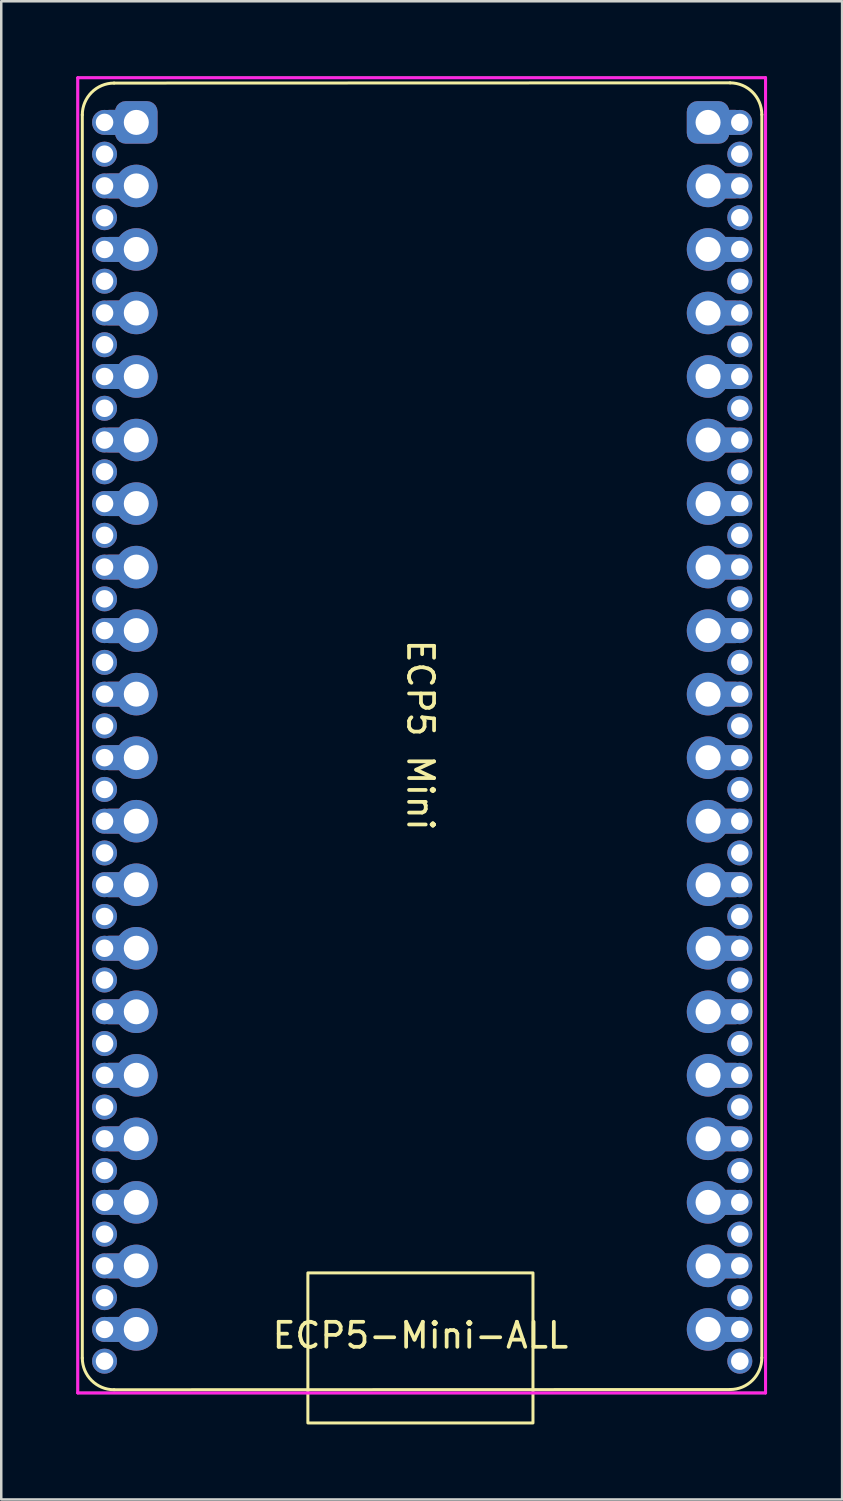
<source format=kicad_pcb>
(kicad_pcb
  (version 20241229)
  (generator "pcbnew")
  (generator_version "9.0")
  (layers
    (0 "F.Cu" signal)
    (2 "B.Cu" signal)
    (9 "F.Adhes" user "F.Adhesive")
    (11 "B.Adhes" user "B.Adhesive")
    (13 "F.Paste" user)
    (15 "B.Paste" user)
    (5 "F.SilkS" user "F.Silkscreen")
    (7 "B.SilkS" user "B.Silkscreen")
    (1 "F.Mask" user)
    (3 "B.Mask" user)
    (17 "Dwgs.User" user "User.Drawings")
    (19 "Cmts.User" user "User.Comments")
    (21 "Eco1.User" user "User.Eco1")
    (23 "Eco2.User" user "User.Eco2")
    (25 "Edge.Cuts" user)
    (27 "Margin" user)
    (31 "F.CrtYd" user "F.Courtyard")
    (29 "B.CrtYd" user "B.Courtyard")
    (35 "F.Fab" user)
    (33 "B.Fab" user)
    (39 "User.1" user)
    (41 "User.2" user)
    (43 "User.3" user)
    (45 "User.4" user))
  (footprint "ECP5-Mini-ALL"
    (layer "F.Cu")
    (at 13.76 26.344)
    (property "Reference" "ECP5-Mini-ALL" (at 0 24 0) (layer "F.SilkS") (effects (font (size 1 1) (thickness 0.15))))
    (attr through_hole)
    (fp_line (start -13.519 -24.802) (end -13.519 24.903) (stroke (width 0.12) (type solid)) (layer "F.SilkS"))
    (fp_line (start -12.249 -26.072) (end 12.38 -26.081) (stroke (width 0.12) (type solid)) (layer "F.SilkS"))
    (fp_line (start 12.38 26.164) (end -12.249 26.173) (stroke (width 0.12) (type solid)) (layer "F.SilkS"))
    (fp_line (start 13.65 24.894) (end 13.65 -24.811) (stroke (width 0.12) (type solid)) (layer "F.SilkS"))
    (fp_rect (start -4.5 21.5) (end 4.5 27.5) (stroke (width 0.12) (type solid)) (fill no) (layer "F.SilkS"))
    (fp_arc (start -13.519 -24.801974) (mid -13.147026 -25.7) (end -12.249 -26.071974) (stroke (width 0.12) (type solid)) (layer "F.SilkS"))
    (fp_arc (start -12.249 26.173) (mid -13.147026 25.801026) (end -13.519 24.903) (stroke (width 0.12) (type solid)) (layer "F.SilkS"))
    (fp_arc (start 12.379974 -26.081) (mid 13.278 -25.709026) (end 13.649974 -24.811) (stroke (width 0.12) (type solid)) (layer "F.SilkS"))
    (fp_arc (start 13.649974 24.893974) (mid 13.278 25.792) (end 12.379974 26.163974) (stroke (width 0.12) (type solid)) (layer "F.SilkS"))
    (fp_line (start -13.7 -26.284) (end 13.8 -26.284) (stroke (width 0.12) (type solid)) (layer "F.CrtYd"))
    (fp_line (start -13.7 26.3) (end -13.7 -26.284) (stroke (width 0.12) (type solid)) (layer "F.CrtYd"))
    (fp_line (start 13.8 -26.284) (end 13.8 26.3) (stroke (width 0.12) (type solid)) (layer "F.CrtYd"))
    (fp_line (start 13.8 26.3) (end -13.7 26.3) (stroke (width 0.12) (type solid)) (layer "F.CrtYd"))
    (fp_line (start -13.7 -26.284) (end -13.7 26.3) (stroke (width 0.1) (type solid)) (layer "F.Fab"))
    (fp_line (start -13.7 26.3) (end 13.8 26.3) (stroke (width 0.1) (type solid)) (layer "F.Fab"))
    (fp_line (start 13.8 -26.284) (end -13.7 -26.284) (stroke (width 0.1) (type solid)) (layer "F.Fab"))
    (fp_line (start 13.8 26.3) (end 13.8 -26.284) (stroke (width 0.1) (type solid)) (layer "F.Fab"))
    (fp_text user "ECP5 Mini" (at 0 0 270) (unlocked yes) (layer "F.SilkS") (effects (font (size 1 1) (thickness 0.15))))
    (pad "1" thru_hole circle (at -12.63 -24.5) (size 1 1) (drill 0.7) (layers "*.Cu" "*.Mask") (remove_unused_layers yes) (keep_end_layers yes) (zone_layer_connections))
    (pad "1" smd roundrect (at -11.995 -24.5) (size 1.524 1) (layers "F.Cu" "F.Mask") (roundrect_rratio 0.3))
    (pad "1" smd roundrect (at -11.995 -24.5) (size 1.524 1) (layers "B.Cu" "B.Mask") (roundrect_rratio 0.3))
    (pad "1" thru_hole roundrect (at -11.36 -24.5) (size 1.7 1.7) (drill 1) (layers "*.Cu" "*.Mask") (remove_unused_layers yes) (keep_end_layers yes) (zone_layer_connections) (roundrect_rratio 0.25))
    (pad "2" thru_hole oval (at -12.63 -23.23) (size 1 1) (drill 0.7) (layers "*.Cu" "*.Mask") (remove_unused_layers yes) (keep_end_layers yes) (zone_layer_connections))
    (pad "3" thru_hole oval (at -12.63 -21.96) (size 1 1) (drill 0.7) (layers "*.Cu" "*.Mask") (remove_unused_layers yes) (keep_end_layers yes) (zone_layer_connections))
    (pad "3" smd roundrect (at -11.995 -21.96 180) (size 1.524 1) (layers "F.Cu" "F.Mask") (roundrect_rratio 0.3))
    (pad "3" smd roundrect (at -11.995 -21.96 180) (size 1.524 1) (layers "B.Cu" "B.Mask") (roundrect_rratio 0.3))
    (pad "3" thru_hole oval (at -11.36 -21.96) (size 1.7 1.7) (drill 1) (layers "*.Cu" "*.Mask") (remove_unused_layers yes) (keep_end_layers yes) (zone_layer_connections))
    (pad "4" thru_hole oval (at -12.63 -20.69) (size 1 1) (drill 0.7) (layers "*.Cu" "*.Mask") (remove_unused_layers yes) (keep_end_layers yes) (zone_layer_connections))
    (pad "5" thru_hole oval (at -12.63 -19.42) (size 1 1) (drill 0.7) (layers "*.Cu" "*.Mask") (remove_unused_layers yes) (keep_end_layers yes) (zone_layer_connections))
    (pad "5" smd roundrect (at -11.995 -19.42 180) (size 1.524 1) (layers "F.Cu" "F.Mask") (roundrect_rratio 0.3))
    (pad "5" smd roundrect (at -11.995 -19.42 180) (size 1.524 1) (layers "B.Cu" "B.Mask") (roundrect_rratio 0.3))
    (pad "5" thru_hole oval (at -11.36 -19.42) (size 1.7 1.7) (drill 1) (layers "*.Cu" "*.Mask") (remove_unused_layers yes) (keep_end_layers yes) (zone_layer_connections))
    (pad "6" thru_hole oval (at -12.63 -18.15) (size 1 1) (drill 0.7) (layers "*.Cu" "*.Mask") (remove_unused_layers yes) (keep_end_layers yes) (zone_layer_connections))
    (pad "7" thru_hole oval (at -12.63 -16.88) (size 1 1) (drill 0.7) (layers "*.Cu" "*.Mask") (remove_unused_layers yes) (keep_end_layers yes) (zone_layer_connections))
    (pad "7" smd roundrect (at -11.995 -16.88 180) (size 1.524 1) (layers "F.Cu" "F.Mask") (roundrect_rratio 0.3))
    (pad "7" smd roundrect (at -11.995 -16.88 180) (size 1.524 1) (layers "B.Cu" "B.Mask") (roundrect_rratio 0.3))
    (pad "7" thru_hole oval (at -11.36 -16.88) (size 1.7 1.7) (drill 1) (layers "*.Cu" "*.Mask") (remove_unused_layers yes) (keep_end_layers yes) (zone_layer_connections))
    (pad "8" thru_hole oval (at -12.63 -15.61) (size 1 1) (drill 0.7) (layers "*.Cu" "*.Mask") (remove_unused_layers yes) (keep_end_layers yes) (zone_layer_connections))
    (pad "9" thru_hole oval (at -12.63 -14.34) (size 1 1) (drill 0.7) (layers "*.Cu" "*.Mask") (remove_unused_layers yes) (keep_end_layers yes) (zone_layer_connections))
    (pad "9" smd roundrect (at -11.995 -14.34 180) (size 1.524 1) (layers "F.Cu" "F.Mask") (roundrect_rratio 0.3))
    (pad "9" smd roundrect (at -11.995 -14.34 180) (size 1.524 1) (layers "B.Cu" "B.Mask") (roundrect_rratio 0.3))
    (pad "9" thru_hole oval (at -11.36 -14.34) (size 1.7 1.7) (drill 1) (layers "*.Cu" "*.Mask") (remove_unused_layers yes) (keep_end_layers yes) (zone_layer_connections))
    (pad "10" thru_hole oval (at -12.63 -13.07) (size 1 1) (drill 0.7) (layers "*.Cu" "*.Mask") (remove_unused_layers yes) (keep_end_layers yes) (zone_layer_connections))
    (pad "11" thru_hole oval (at -12.63 -11.8) (size 1 1) (drill 0.7) (layers "*.Cu" "*.Mask") (remove_unused_layers yes) (keep_end_layers yes) (zone_layer_connections))
    (pad "11" smd roundrect (at -11.995 -11.8 180) (size 1.524 1) (layers "F.Cu" "F.Mask") (roundrect_rratio 0.3))
    (pad "11" smd roundrect (at -11.995 -11.8 180) (size 1.524 1) (layers "B.Cu" "B.Mask") (roundrect_rratio 0.3))
    (pad "11" thru_hole oval (at -11.36 -11.8) (size 1.7 1.7) (drill 1) (layers "*.Cu" "*.Mask") (remove_unused_layers yes) (keep_end_layers yes) (zone_layer_connections))
    (pad "12" thru_hole oval (at -12.63 -10.53) (size 1 1) (drill 0.7) (layers "*.Cu" "*.Mask") (remove_unused_layers yes) (keep_end_layers yes) (zone_layer_connections))
    (pad "13" thru_hole oval (at -12.63 -9.26) (size 1 1) (drill 0.7) (layers "*.Cu" "*.Mask") (remove_unused_layers yes) (keep_end_layers yes) (zone_layer_connections))
    (pad "13" smd roundrect (at -11.995 -9.26 180) (size 1.524 1) (layers "F.Cu" "F.Mask") (roundrect_rratio 0.3))
    (pad "13" smd roundrect (at -11.995 -9.26 180) (size 1.524 1) (layers "B.Cu" "B.Mask") (roundrect_rratio 0.3))
    (pad "13" thru_hole oval (at -11.36 -9.26) (size 1.7 1.7) (drill 1) (layers "*.Cu" "*.Mask") (remove_unused_layers yes) (keep_end_layers yes) (zone_layer_connections))
    (pad "14" thru_hole oval (at -12.63 -7.99) (size 1 1) (drill 0.7) (layers "*.Cu" "*.Mask") (remove_unused_layers yes) (keep_end_layers yes) (zone_layer_connections))
    (pad "15" thru_hole oval (at -12.63 -6.72) (size 1 1) (drill 0.7) (layers "*.Cu" "*.Mask") (remove_unused_layers yes) (keep_end_layers yes) (zone_layer_connections))
    (pad "15" smd roundrect (at -11.995 -6.72 180) (size 1.524 1) (layers "F.Cu" "F.Mask") (roundrect_rratio 0.3))
    (pad "15" smd roundrect (at -11.995 -6.72 180) (size 1.524 1) (layers "B.Cu" "B.Mask") (roundrect_rratio 0.3))
    (pad "15" thru_hole oval (at -11.36 -6.72) (size 1.7 1.7) (drill 1) (layers "*.Cu" "*.Mask") (remove_unused_layers yes) (keep_end_layers yes) (zone_layer_connections))
    (pad "16" thru_hole oval (at -12.63 -5.45) (size 1 1) (drill 0.7) (layers "*.Cu" "*.Mask") (remove_unused_layers yes) (keep_end_layers yes) (zone_layer_connections))
    (pad "17" thru_hole oval (at -12.63 -4.18) (size 1 1) (drill 0.7) (layers "*.Cu" "*.Mask") (remove_unused_layers yes) (keep_end_layers yes) (zone_layer_connections))
    (pad "17" smd roundrect (at -11.995 -4.18 180) (size 1.524 1) (layers "F.Cu" "F.Mask") (roundrect_rratio 0.3))
    (pad "17" smd roundrect (at -11.995 -4.18 180) (size 1.524 1) (layers "B.Cu" "B.Mask") (roundrect_rratio 0.3))
    (pad "17" thru_hole oval (at -11.36 -4.18) (size 1.7 1.7) (drill 1) (layers "*.Cu" "*.Mask"))
    (pad "18" thru_hole oval (at -12.63 -2.91) (size 1 1) (drill 0.7) (layers "*.Cu" "*.Mask"))
    (pad "19" thru_hole oval (at -12.63 -1.64) (size 1 1) (drill 0.7) (layers "*.Cu" "*.Mask"))
    (pad "19" smd roundrect (at -11.995 -1.64 180) (size 1.524 1) (layers "F.Cu" "F.Mask") (roundrect_rratio 0.3))
    (pad "19" smd roundrect (at -11.995 -1.64 180) (size 1.524 1) (layers "B.Cu" "B.Mask") (roundrect_rratio 0.3))
    (pad "19" thru_hole oval (at -11.36 -1.64) (size 1.7 1.7) (drill 1) (layers "*.Cu" "*.Mask") (remove_unused_layers yes) (keep_end_layers yes) (zone_layer_connections))
    (pad "20" thru_hole oval (at -12.63 -0.37) (size 1 1) (drill 0.7) (layers "*.Cu" "*.Mask"))
    (pad "21" thru_hole oval (at -12.63 0.9) (size 1 1) (drill 0.7) (layers "*.Cu" "*.Mask") (remove_unused_layers yes) (keep_end_layers yes) (zone_layer_connections))
    (pad "21" smd roundrect (at -11.995 0.9 180) (size 1.524 1) (layers "F.Cu" "F.Mask") (roundrect_rratio 0.3))
    (pad "21" smd roundrect (at -11.995 0.9 180) (size 1.524 1) (layers "B.Cu" "B.Mask") (roundrect_rratio 0.3))
    (pad "21" thru_hole oval (at -11.36 0.9) (size 1.7 1.7) (drill 1) (layers "*.Cu" "*.Mask") (remove_unused_layers yes) (keep_end_layers yes) (zone_layer_connections))
    (pad "22" thru_hole oval (at -12.63 2.17) (size 1 1) (drill 0.7) (layers "*.Cu" "*.Mask") (remove_unused_layers yes) (keep_end_layers yes) (zone_layer_connections))
    (pad "23" thru_hole oval (at -12.63 3.44) (size 1 1) (drill 0.7) (layers "*.Cu" "*.Mask") (remove_unused_layers yes) (keep_end_layers yes) (zone_layer_connections))
    (pad "23" smd roundrect (at -11.995 3.44 180) (size 1.524 1) (layers "F.Cu" "F.Mask") (roundrect_rratio 0.3))
    (pad "23" smd roundrect (at -11.995 3.44 180) (size 1.524 1) (layers "B.Cu" "B.Mask") (roundrect_rratio 0.3))
    (pad "23" thru_hole oval (at -11.36 3.44) (size 1.7 1.7) (drill 1) (layers "*.Cu" "*.Mask"))
    (pad "24" thru_hole oval (at -12.63 4.71) (size 1 1) (drill 0.7) (layers "*.Cu" "*.Mask") (remove_unused_layers yes) (keep_end_layers yes) (zone_layer_connections))
    (pad "25" thru_hole oval (at -12.63 5.98) (size 1 1) (drill 0.7) (layers "*.Cu" "*.Mask"))
    (pad "25" smd roundrect (at -11.995 5.98 180) (size 1.524 1) (layers "F.Cu" "F.Mask") (roundrect_rratio 0.3))
    (pad "25" smd roundrect (at -11.995 5.98 180) (size 1.524 1) (layers "B.Cu" "B.Mask") (roundrect_rratio 0.3))
    (pad "25" thru_hole oval (at -11.36 5.98) (size 1.7 1.7) (drill 1) (layers "*.Cu" "*.Mask") (remove_unused_layers yes) (keep_end_layers yes) (zone_layer_connections))
    (pad "26" thru_hole oval (at -12.63 7.25) (size 1 1) (drill 0.7) (layers "*.Cu" "*.Mask"))
    (pad "27" thru_hole oval (at -12.63 8.52) (size 1 1) (drill 0.7) (layers "*.Cu" "*.Mask") (remove_unused_layers yes) (keep_end_layers yes) (zone_layer_connections))
    (pad "27" smd roundrect (at -11.995 8.52 180) (size 1.524 1) (layers "F.Cu" "F.Mask") (roundrect_rratio 0.3))
    (pad "27" smd roundrect (at -11.995 8.52 180) (size 1.524 1) (layers "B.Cu" "B.Mask") (roundrect_rratio 0.3))
    (pad "27" thru_hole oval (at -11.36 8.52) (size 1.7 1.7) (drill 1) (layers "*.Cu" "*.Mask") (remove_unused_layers yes) (keep_end_layers yes) (zone_layer_connections))
    (pad "28" thru_hole oval (at -12.63 9.79) (size 1 1) (drill 0.7) (layers "*.Cu" "*.Mask"))
    (pad "29" thru_hole oval (at -12.63 11.06) (size 1 1) (drill 0.7) (layers "*.Cu" "*.Mask") (remove_unused_layers yes) (keep_end_layers yes) (zone_layer_connections))
    (pad "29" smd roundrect (at -11.995 11.06 180) (size 1.524 1) (layers "F.Cu" "F.Mask") (roundrect_rratio 0.3))
    (pad "29" smd roundrect (at -11.995 11.06 180) (size 1.524 1) (layers "B.Cu" "B.Mask") (roundrect_rratio 0.3))
    (pad "29" thru_hole oval (at -11.36 11.06) (size 1.7 1.7) (drill 1) (layers "*.Cu" "*.Mask"))
    (pad "30" thru_hole oval (at -12.63 12.33) (size 1 1) (drill 0.7) (layers "*.Cu" "*.Mask") (remove_unused_layers yes) (keep_end_layers yes) (zone_layer_connections))
    (pad "31" thru_hole oval (at -12.63 13.6) (size 1 1) (drill 0.7) (layers "*.Cu" "*.Mask"))
    (pad "31" smd roundrect (at -11.995 13.6 180) (size 1.524 1) (layers "F.Cu" "F.Mask") (roundrect_rratio 0.3))
    (pad "31" smd roundrect (at -11.995 13.6 180) (size 1.524 1) (layers "B.Cu" "B.Mask") (roundrect_rratio 0.3))
    (pad "31" thru_hole oval (at -11.36 13.6) (size 1.7 1.7) (drill 1) (layers "*.Cu" "*.Mask"))
    (pad "32" thru_hole oval (at -12.63 14.87) (size 1 1) (drill 0.7) (layers "*.Cu" "*.Mask") (remove_unused_layers yes) (keep_end_layers yes) (zone_layer_connections))
    (pad "33" thru_hole oval (at -12.63 16.14) (size 1 1) (drill 0.7) (layers "*.Cu" "*.Mask") (remove_unused_layers yes) (keep_end_layers yes) (zone_layer_connections))
    (pad "33" smd roundrect (at -11.995 16.14 180) (size 1.524 1) (layers "F.Cu" "F.Mask") (roundrect_rratio 0.3))
    (pad "33" smd roundrect (at -11.995 16.14 180) (size 1.524 1) (layers "B.Cu" "B.Mask") (roundrect_rratio 0.3))
    (pad "33" thru_hole oval (at -11.36 16.14) (size 1.7 1.7) (drill 1) (layers "*.Cu" "*.Mask") (remove_unused_layers yes) (keep_end_layers yes) (zone_layer_connections))
    (pad "34" thru_hole oval (at -12.63 17.41) (size 1 1) (drill 0.7) (layers "*.Cu" "*.Mask") (remove_unused_layers yes) (keep_end_layers yes) (zone_layer_connections))
    (pad "35" thru_hole oval (at -12.63 18.68) (size 1 1) (drill 0.7) (layers "*.Cu" "*.Mask") (remove_unused_layers yes) (keep_end_layers yes) (zone_layer_connections))
    (pad "35" smd roundrect (at -11.995 18.68 180) (size 1.524 1) (layers "F.Cu" "F.Mask") (roundrect_rratio 0.3))
    (pad "35" smd roundrect (at -11.995 18.68 180) (size 1.524 1) (layers "B.Cu" "B.Mask") (roundrect_rratio 0.3))
    (pad "35" thru_hole oval (at -11.36 18.68) (size 1.7 1.7) (drill 1) (layers "*.Cu" "*.Mask"))
    (pad "36" thru_hole oval (at -12.63 19.95) (size 1 1) (drill 0.7) (layers "*.Cu" "*.Mask"))
    (pad "37" thru_hole oval (at -12.63 21.22) (size 1 1) (drill 0.7) (layers "*.Cu" "*.Mask") (remove_unused_layers yes) (keep_end_layers yes) (zone_layer_connections))
    (pad "37" smd roundrect (at -11.995 21.22 180) (size 1.524 1) (layers "F.Cu" "F.Mask") (roundrect_rratio 0.3))
    (pad "37" smd roundrect (at -11.995 21.22 180) (size 1.524 1) (layers "B.Cu" "B.Mask") (roundrect_rratio 0.3))
    (pad "37" thru_hole oval (at -11.36 21.22) (size 1.7 1.7) (drill 1) (layers "*.Cu" "*.Mask"))
    (pad "38" thru_hole oval (at -12.63 22.49) (size 1 1) (drill 0.7) (layers "*.Cu" "*.Mask"))
    (pad "39" thru_hole oval (at -12.63 23.76) (size 1 1) (drill 0.7) (layers "*.Cu" "*.Mask"))
    (pad "39" smd roundrect (at -11.995 23.76 180) (size 1.524 1) (layers "F.Cu" "F.Mask") (roundrect_rratio 0.3))
    (pad "39" smd roundrect (at -11.995 23.76 180) (size 1.524 1) (layers "B.Cu" "B.Mask") (roundrect_rratio 0.3))
    (pad "39" thru_hole oval (at -11.36 23.76) (size 1.7 1.7) (drill 1) (layers "*.Cu" "*.Mask"))
    (pad "40" thru_hole oval (at -12.63 25.03) (size 1 1) (drill 0.7) (layers "*.Cu" "*.Mask"))
    (pad "41" thru_hole oval (at 12.77 25.03) (size 1 1) (drill 0.7) (layers "*.Cu" "*.Mask"))
    (pad "42" thru_hole oval (at 11.5 23.76) (size 1.7 1.7) (drill 1) (layers "*.Cu" "*.Mask"))
    (pad "42" smd roundrect (at 12.135 23.76 180) (size 1.524 1) (layers "F.Cu" "F.Mask") (roundrect_rratio 0.3))
    (pad "42" smd roundrect (at 12.135 23.76 180) (size 1.524 1) (layers "B.Cu" "B.Mask") (roundrect_rratio 0.3))
    (pad "42" thru_hole oval (at 12.77 23.76) (size 1 1) (drill 0.7) (layers "*.Cu" "*.Mask"))
    (pad "43" thru_hole oval (at 12.77 22.49) (size 1 1) (drill 0.7) (layers "*.Cu" "*.Mask"))
    (pad "44" thru_hole oval (at 11.5 21.22) (size 1.7 1.7) (drill 1) (layers "*.Cu" "*.Mask"))
    (pad "44" smd roundrect (at 12.135 21.22 180) (size 1.524 1) (layers "F.Cu" "F.Mask") (roundrect_rratio 0.3))
    (pad "44" smd roundrect (at 12.135 21.22 180) (size 1.524 1) (layers "B.Cu" "B.Mask") (roundrect_rratio 0.3))
    (pad "44" thru_hole oval (at 12.77 21.22) (size 1 1) (drill 0.7) (layers "*.Cu" "*.Mask") (remove_unused_layers yes) (keep_end_layers yes) (zone_layer_connections))
    (pad "45" thru_hole oval (at 12.77 19.95) (size 1 1) (drill 0.7) (layers "*.Cu" "*.Mask"))
    (pad "46" thru_hole oval (at 11.5 18.68) (size 1.7 1.7) (drill 1) (layers "*.Cu" "*.Mask"))
    (pad "46" smd roundrect (at 12.135 18.68 180) (size 1.524 1) (layers "F.Cu" "F.Mask") (roundrect_rratio 0.3))
    (pad "46" smd roundrect (at 12.135 18.68 180) (size 1.524 1) (layers "B.Cu" "B.Mask") (roundrect_rratio 0.3))
    (pad "46" thru_hole oval (at 12.77 18.68) (size 1 1) (drill 0.7) (layers "*.Cu" "*.Mask") (remove_unused_layers yes) (keep_end_layers yes) (zone_layer_connections))
    (pad "47" thru_hole oval (at 12.77 17.41) (size 1 1) (drill 0.7) (layers "*.Cu" "*.Mask") (remove_unused_layers yes) (keep_end_layers yes) (zone_layer_connections))
    (pad "48" thru_hole oval (at 11.5 16.14) (size 1.7 1.7) (drill 1) (layers "*.Cu" "*.Mask") (remove_unused_layers yes) (keep_end_layers yes) (zone_layer_connections))
    (pad "48" smd roundrect (at 12.135 16.14 180) (size 1.524 1) (layers "F.Cu" "F.Mask") (roundrect_rratio 0.3))
    (pad "48" smd roundrect (at 12.135 16.14 180) (size 1.524 1) (layers "B.Cu" "B.Mask") (roundrect_rratio 0.3))
    (pad "48" thru_hole oval (at 12.77 16.14) (size 1 1) (drill 0.7) (layers "*.Cu" "*.Mask") (remove_unused_layers yes) (keep_end_layers yes) (zone_layer_connections))
    (pad "49" thru_hole oval (at 12.77 14.87) (size 1 1) (drill 0.7) (layers "*.Cu" "*.Mask") (remove_unused_layers yes) (keep_end_layers yes) (zone_layer_connections))
    (pad "50" thru_hole oval (at 11.5 13.6) (size 1.7 1.7) (drill 1) (layers "*.Cu" "*.Mask"))
    (pad "50" smd roundrect (at 12.135 13.6 180) (size 1.524 1) (layers "F.Cu" "F.Mask") (roundrect_rratio 0.3))
    (pad "50" smd roundrect (at 12.135 13.6 180) (size 1.524 1) (layers "B.Cu" "B.Mask") (roundrect_rratio 0.3))
    (pad "50" thru_hole oval (at 12.77 13.6) (size 1 1) (drill 0.7) (layers "*.Cu" "*.Mask"))
    (pad "51" thru_hole oval (at 12.77 12.33) (size 1 1) (drill 0.7) (layers "*.Cu" "*.Mask") (remove_unused_layers yes) (keep_end_layers yes) (zone_layer_connections))
    (pad "52" thru_hole oval (at 11.5 11.06) (size 1.7 1.7) (drill 1) (layers "*.Cu" "*.Mask"))
    (pad "52" smd roundrect (at 12.135 11.06 180) (size 1.524 1) (layers "F.Cu" "F.Mask") (roundrect_rratio 0.3))
    (pad "52" smd roundrect (at 12.135 11.06 180) (size 1.524 1) (layers "B.Cu" "B.Mask") (roundrect_rratio 0.3))
    (pad "52" thru_hole oval (at 12.77 11.06) (size 1 1) (drill 0.7) (layers "*.Cu" "*.Mask") (remove_unused_layers yes) (keep_end_layers yes) (zone_layer_connections))
    (pad "53" thru_hole oval (at 12.77 9.79) (size 1 1) (drill 0.7) (layers "*.Cu" "*.Mask"))
    (pad "54" thru_hole oval (at 11.5 8.52) (size 1.7 1.7) (drill 1) (layers "*.Cu" "*.Mask") (remove_unused_layers yes) (keep_end_layers yes) (zone_layer_connections))
    (pad "54" smd roundrect (at 12.135 8.52 180) (size 1.524 1) (layers "F.Cu" "F.Mask") (roundrect_rratio 0.3))
    (pad "54" smd roundrect (at 12.135 8.52 180) (size 1.524 1) (layers "B.Cu" "B.Mask") (roundrect_rratio 0.3))
    (pad "54" thru_hole oval (at 12.77 8.52) (size 1 1) (drill 0.7) (layers "*.Cu" "*.Mask") (remove_unused_layers yes) (keep_end_layers yes) (zone_layer_connections))
    (pad "55" thru_hole oval (at 12.77 7.25) (size 1 1) (drill 0.7) (layers "*.Cu" "*.Mask"))
    (pad "56" thru_hole oval (at 11.5 5.98) (size 1.7 1.7) (drill 1) (layers "*.Cu" "*.Mask") (remove_unused_layers yes) (keep_end_layers yes) (zone_layer_connections))
    (pad "56" smd roundrect (at 12.135 5.98 180) (size 1.524 1) (layers "F.Cu" "F.Mask") (roundrect_rratio 0.3))
    (pad "56" smd roundrect (at 12.135 5.98 180) (size 1.524 1) (layers "B.Cu" "B.Mask") (roundrect_rratio 0.3))
    (pad "56" thru_hole oval (at 12.77 5.98) (size 1 1) (drill 0.7) (layers "*.Cu" "*.Mask"))
    (pad "57" thru_hole oval (at 12.77 4.71) (size 1 1) (drill 0.7) (layers "*.Cu" "*.Mask") (remove_unused_layers yes) (keep_end_layers yes) (zone_layer_connections))
    (pad "58" thru_hole oval (at 11.5 3.44) (size 1.7 1.7) (drill 1) (layers "*.Cu" "*.Mask"))
    (pad "58" smd roundrect (at 12.135 3.44 180) (size 1.524 1) (layers "F.Cu" "F.Mask") (roundrect_rratio 0.3))
    (pad "58" smd roundrect (at 12.135 3.44 180) (size 1.524 1) (layers "B.Cu" "B.Mask") (roundrect_rratio 0.3))
    (pad "58" thru_hole oval (at 12.77 3.44) (size 1 1) (drill 0.7) (layers "*.Cu" "*.Mask") (remove_unused_layers yes) (keep_end_layers yes) (zone_layer_connections))
    (pad "59" thru_hole oval (at 12.77 2.17) (size 1 1) (drill 0.7) (layers "*.Cu" "*.Mask") (remove_unused_layers yes) (keep_end_layers yes) (zone_layer_connections))
    (pad "60" thru_hole oval (at 11.5 0.9) (size 1.7 1.7) (drill 1) (layers "*.Cu" "*.Mask") (remove_unused_layers yes) (keep_end_layers yes) (zone_layer_connections))
    (pad "60" smd roundrect (at 12.135 0.9 180) (size 1.524 1) (layers "F.Cu" "F.Mask") (roundrect_rratio 0.3))
    (pad "60" smd roundrect (at 12.135 0.9 180) (size 1.524 1) (layers "B.Cu" "B.Mask") (roundrect_rratio 0.3))
    (pad "60" thru_hole oval (at 12.77 0.9) (size 1 1) (drill 0.7) (layers "*.Cu" "*.Mask") (remove_unused_layers yes) (keep_end_layers yes) (zone_layer_connections))
    (pad "61" thru_hole oval (at 12.77 -0.37) (size 1 1) (drill 0.7) (layers "*.Cu" "*.Mask"))
    (pad "62" thru_hole oval (at 11.5 -1.64) (size 1.7 1.7) (drill 1) (layers "*.Cu" "*.Mask") (remove_unused_layers yes) (keep_end_layers yes) (zone_layer_connections))
    (pad "62" smd roundrect (at 12.135 -1.64 180) (size 1.524 1) (layers "F.Cu" "F.Mask") (roundrect_rratio 0.3))
    (pad "62" smd roundrect (at 12.135 -1.64 180) (size 1.524 1) (layers "B.Cu" "B.Mask") (roundrect_rratio 0.3))
    (pad "62" thru_hole oval (at 12.77 -1.64) (size 1 1) (drill 0.7) (layers "*.Cu" "*.Mask"))
    (pad "63" thru_hole oval (at 12.77 -2.91) (size 1 1) (drill 0.7) (layers "*.Cu" "*.Mask"))
    (pad "64" thru_hole oval (at 11.5 -4.18) (size 1.7 1.7) (drill 1) (layers "*.Cu" "*.Mask"))
    (pad "64" smd roundrect (at 12.135 -4.18 180) (size 1.524 1) (layers "F.Cu" "F.Mask") (roundrect_rratio 0.3))
    (pad "64" smd roundrect (at 12.135 -4.18 180) (size 1.524 1) (layers "B.Cu" "B.Mask") (roundrect_rratio 0.3))
    (pad "64" thru_hole oval (at 12.77 -4.18) (size 1 1) (drill 0.7) (layers "*.Cu" "*.Mask") (remove_unused_layers yes) (keep_end_layers yes) (zone_layer_connections))
    (pad "65" thru_hole oval (at 12.77 -5.45) (size 1 1) (drill 0.7) (layers "*.Cu" "*.Mask") (remove_unused_layers yes) (keep_end_layers yes) (zone_layer_connections))
    (pad "66" thru_hole oval (at 11.5 -6.72) (size 1.7 1.7) (drill 1) (layers "*.Cu" "*.Mask") (remove_unused_layers yes) (keep_end_layers yes) (zone_layer_connections))
    (pad "66" smd roundrect (at 12.135 -6.72 180) (size 1.524 1) (layers "F.Cu" "F.Mask") (roundrect_rratio 0.3))
    (pad "66" smd roundrect (at 12.135 -6.72 180) (size 1.524 1) (layers "B.Cu" "B.Mask") (roundrect_rratio 0.3))
    (pad "66" thru_hole oval (at 12.77 -6.72) (size 1 1) (drill 0.7) (layers "*.Cu" "*.Mask") (remove_unused_layers yes) (keep_end_layers yes) (zone_layer_connections))
    (pad "67" thru_hole oval (at 12.77 -7.99) (size 1 1) (drill 0.7) (layers "*.Cu" "*.Mask") (remove_unused_layers yes) (keep_end_layers yes) (zone_layer_connections))
    (pad "68" thru_hole oval (at 11.5 -9.26) (size 1.7 1.7) (drill 1) (layers "*.Cu" "*.Mask") (remove_unused_layers yes) (keep_end_layers yes) (zone_layer_connections))
    (pad "68" smd roundrect (at 12.135 -9.26 180) (size 1.524 1) (layers "F.Cu" "F.Mask") (roundrect_rratio 0.3))
    (pad "68" smd roundrect (at 12.135 -9.26 180) (size 1.524 1) (layers "B.Cu" "B.Mask") (roundrect_rratio 0.3))
    (pad "68" thru_hole oval (at 12.77 -9.26) (size 1 1) (drill 0.7) (layers "*.Cu" "*.Mask") (remove_unused_layers yes) (keep_end_layers yes) (zone_layer_connections))
    (pad "69" thru_hole oval (at 12.77 -10.53) (size 1 1) (drill 0.7) (layers "*.Cu" "*.Mask") (remove_unused_layers yes) (keep_end_layers yes) (zone_layer_connections))
    (pad "70" thru_hole oval (at 11.5 -11.8) (size 1.7 1.7) (drill 1) (layers "*.Cu" "*.Mask") (remove_unused_layers yes) (keep_end_layers yes) (zone_layer_connections))
    (pad "70" smd roundrect (at 12.135 -11.8 180) (size 1.524 1) (layers "F.Cu" "F.Mask") (roundrect_rratio 0.3))
    (pad "70" smd roundrect (at 12.135 -11.8 180) (size 1.524 1) (layers "B.Cu" "B.Mask") (roundrect_rratio 0.3))
    (pad "70" thru_hole oval (at 12.77 -11.8) (size 1 1) (drill 0.7) (layers "*.Cu" "*.Mask") (remove_unused_layers yes) (keep_end_layers yes) (zone_layer_connections))
    (pad "71" thru_hole oval (at 12.77 -13.07) (size 1 1) (drill 0.7) (layers "*.Cu" "*.Mask") (remove_unused_layers yes) (keep_end_layers yes) (zone_layer_connections))
    (pad "72" thru_hole oval (at 11.5 -14.34) (size 1.7 1.7) (drill 1) (layers "*.Cu" "*.Mask") (remove_unused_layers yes) (keep_end_layers yes) (zone_layer_connections))
    (pad "72" smd roundrect (at 12.135 -14.34 180) (size 1.524 1) (layers "F.Cu" "F.Mask") (roundrect_rratio 0.3))
    (pad "72" smd roundrect (at 12.135 -14.34 180) (size 1.524 1) (layers "B.Cu" "B.Mask") (roundrect_rratio 0.3))
    (pad "72" thru_hole oval (at 12.77 -14.34) (size 1 1) (drill 0.7) (layers "*.Cu" "*.Mask") (remove_unused_layers yes) (keep_end_layers yes) (zone_layer_connections))
    (pad "73" thru_hole oval (at 12.77 -15.61) (size 1 1) (drill 0.7) (layers "*.Cu" "*.Mask") (remove_unused_layers yes) (keep_end_layers yes) (zone_layer_connections))
    (pad "74" thru_hole oval (at 11.5 -16.88) (size 1.7 1.7) (drill 1) (layers "*.Cu" "*.Mask") (remove_unused_layers yes) (keep_end_layers yes) (zone_layer_connections))
    (pad "74" smd roundrect (at 12.135 -16.88 180) (size 1.524 1) (layers "F.Cu" "F.Mask") (roundrect_rratio 0.3))
    (pad "74" smd roundrect (at 12.135 -16.88 180) (size 1.524 1) (layers "B.Cu" "B.Mask") (roundrect_rratio 0.3))
    (pad "74" thru_hole oval (at 12.77 -16.88) (size 1 1) (drill 0.7) (layers "*.Cu" "*.Mask") (remove_unused_layers yes) (keep_end_layers yes) (zone_layer_connections))
    (pad "75" thru_hole oval (at 12.77 -18.15) (size 1 1) (drill 0.7) (layers "*.Cu" "*.Mask") (remove_unused_layers yes) (keep_end_layers yes) (zone_layer_connections))
    (pad "76" thru_hole oval (at 11.5 -19.42) (size 1.7 1.7) (drill 1) (layers "*.Cu" "*.Mask") (remove_unused_layers yes) (keep_end_layers yes) (zone_layer_connections))
    (pad "76" smd roundrect (at 12.135 -19.42 180) (size 1.524 1) (layers "F.Cu" "F.Mask") (roundrect_rratio 0.3))
    (pad "76" smd roundrect (at 12.135 -19.42 180) (size 1.524 1) (layers "B.Cu" "B.Mask") (roundrect_rratio 0.3))
    (pad "76" thru_hole oval (at 12.77 -19.42) (size 1 1) (drill 0.7) (layers "*.Cu" "*.Mask") (remove_unused_layers yes) (keep_end_layers yes) (zone_layer_connections))
    (pad "77" thru_hole oval (at 12.77 -20.69) (size 1 1) (drill 0.7) (layers "*.Cu" "*.Mask") (remove_unused_layers yes) (keep_end_layers yes) (zone_layer_connections))
    (pad "78" thru_hole oval (at 11.5 -21.96) (size 1.7 1.7) (drill 1) (layers "*.Cu" "*.Mask") (remove_unused_layers yes) (keep_end_layers yes) (zone_layer_connections))
    (pad "78" smd roundrect (at 12.135 -21.96 180) (size 1.524 1) (layers "F.Cu" "F.Mask") (roundrect_rratio 0.3))
    (pad "78" smd roundrect (at 12.135 -21.96 180) (size 1.524 1) (layers "B.Cu" "B.Mask") (roundrect_rratio 0.3))
    (pad "78" thru_hole oval (at 12.77 -21.96) (size 1 1) (drill 0.7) (layers "*.Cu" "*.Mask") (remove_unused_layers yes) (keep_end_layers yes) (zone_layer_connections))
    (pad "79" thru_hole oval (at 12.77 -23.23) (size 1 1) (drill 0.7) (layers "*.Cu" "*.Mask") (remove_unused_layers yes) (keep_end_layers yes) (zone_layer_connections))
    (pad "80" thru_hole roundrect (at 11.5 -24.5) (size 1.7 1.7) (drill 1) (layers "*.Cu" "*.Mask") (remove_unused_layers yes) (keep_end_layers yes) (zone_layer_connections) (roundrect_rratio 0.25))
    (pad "80" smd roundrect (at 12.135 -24.5) (size 1.524 1) (layers "F.Cu" "F.Mask") (roundrect_rratio 0.3))
    (pad "80" smd roundrect (at 12.135 -24.5) (size 1.524 1) (layers "B.Cu" "B.Mask") (roundrect_rratio 0.3))
    (pad "80" thru_hole circle (at 12.77 -24.5) (size 1 1) (drill 0.7) (layers "*.Cu" "*.Mask") (remove_unused_layers yes) (keep_end_layers yes) (zone_layer_connections)))
  (gr_rect
    (start -3 -3)
    (end 30.62 56.904)
    (stroke (width 0.1) (type default))
    (fill no)
    (layer "Edge.Cuts")))
</source>
